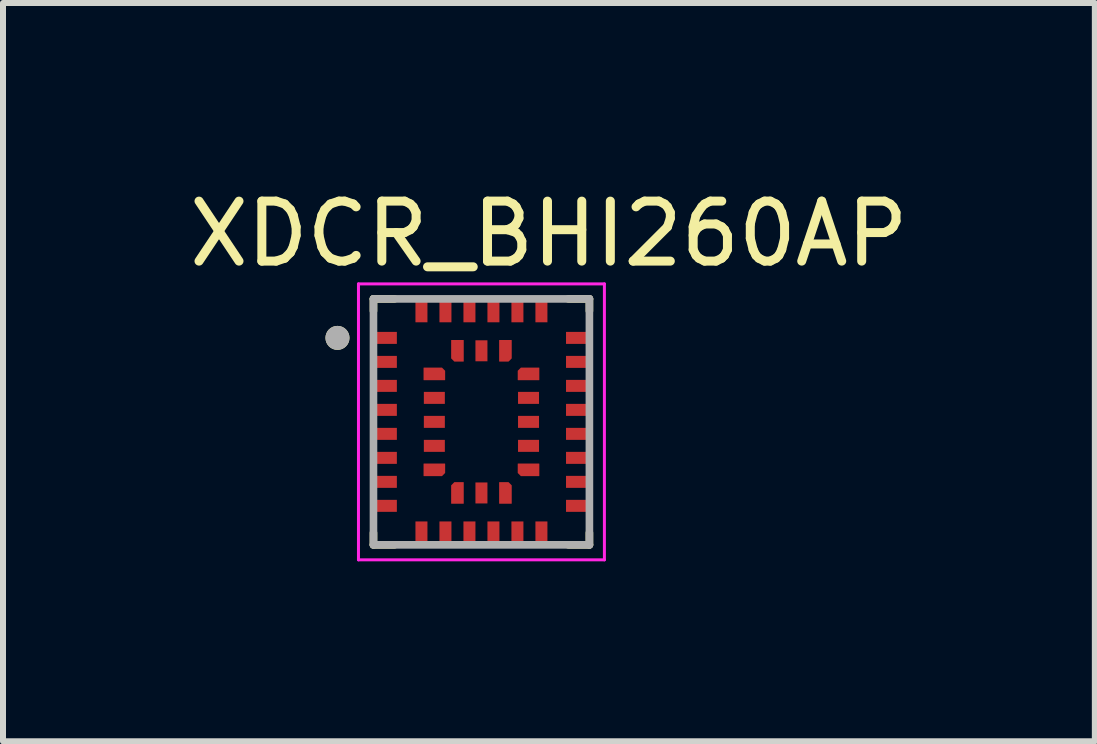
<source format=kicad_pcb>
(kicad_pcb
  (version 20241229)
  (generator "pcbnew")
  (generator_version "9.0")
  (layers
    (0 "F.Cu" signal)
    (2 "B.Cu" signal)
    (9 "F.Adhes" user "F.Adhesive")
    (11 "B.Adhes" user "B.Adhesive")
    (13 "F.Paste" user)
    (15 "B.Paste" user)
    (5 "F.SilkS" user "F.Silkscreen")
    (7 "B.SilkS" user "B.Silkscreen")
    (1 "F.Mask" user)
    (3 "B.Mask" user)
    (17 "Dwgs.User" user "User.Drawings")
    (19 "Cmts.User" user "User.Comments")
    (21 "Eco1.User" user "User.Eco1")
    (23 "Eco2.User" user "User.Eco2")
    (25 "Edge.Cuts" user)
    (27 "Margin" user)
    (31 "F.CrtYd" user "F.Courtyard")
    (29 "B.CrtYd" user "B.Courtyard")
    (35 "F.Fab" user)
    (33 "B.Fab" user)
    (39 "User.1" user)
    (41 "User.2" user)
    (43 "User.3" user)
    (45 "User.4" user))
  (footprint "XDCR_BHI260AP"
    (layer "F.Cu")
    (at 4.976 3.983)
    (property "Reference" "XDCR_BHI260AP" (at 1.125 -3.135 0) (layer "F.SilkS") (effects (font (size 1 1) (thickness 0.15))))
    (attr smd)
    (fp_poly (pts (xy -1.81 -1.55) (xy -1.36 -1.55) (xy -1.36 -1.25) (xy -1.81 -1.25)) (stroke (width 0.01) (type solid)) (fill yes) (layer "F.Mask"))
    (fp_poly (pts (xy -1.81 -1.15) (xy -1.36 -1.15) (xy -1.36 -0.85) (xy -1.81 -0.85)) (stroke (width 0.01) (type solid)) (fill yes) (layer "F.Mask"))
    (fp_poly (pts (xy -1.81 -0.75) (xy -1.36 -0.75) (xy -1.36 -0.45) (xy -1.81 -0.45)) (stroke (width 0.01) (type solid)) (fill yes) (layer "F.Mask"))
    (fp_poly (pts (xy -1.81 -0.35) (xy -1.36 -0.35) (xy -1.36 -0.05) (xy -1.81 -0.05)) (stroke (width 0.01) (type solid)) (fill yes) (layer "F.Mask"))
    (fp_poly (pts (xy -1.81 0.05) (xy -1.36 0.05) (xy -1.36 0.35) (xy -1.81 0.35)) (stroke (width 0.01) (type solid)) (fill yes) (layer "F.Mask"))
    (fp_poly (pts (xy -1.81 0.45) (xy -1.36 0.45) (xy -1.36 0.75) (xy -1.81 0.75)) (stroke (width 0.01) (type solid)) (fill yes) (layer "F.Mask"))
    (fp_poly (pts (xy -1.81 0.85) (xy -1.36 0.85) (xy -1.36 1.15) (xy -1.81 1.15)) (stroke (width 0.01) (type solid)) (fill yes) (layer "F.Mask"))
    (fp_poly (pts (xy -1.81 1.25) (xy -1.36 1.25) (xy -1.36 1.55) (xy -1.81 1.55)) (stroke (width 0.01) (type solid)) (fill yes) (layer "F.Mask"))
    (fp_poly (pts (xy -1.15 -2.06) (xy -0.85 -2.06) (xy -0.85 -1.61) (xy -1.15 -1.61)) (stroke (width 0.01) (type solid)) (fill yes) (layer "F.Mask"))
    (fp_poly (pts (xy -1.15 1.61) (xy -0.85 1.61) (xy -0.85 2.06) (xy -1.15 2.06)) (stroke (width 0.01) (type solid)) (fill yes) (layer "F.Mask"))
    (fp_poly (pts (xy -1.01 -0.55) (xy -0.56 -0.55) (xy -0.56 -0.25) (xy -1.01 -0.25)) (stroke (width 0.01) (type solid)) (fill yes) (layer "F.Mask"))
    (fp_poly (pts (xy -1.01 -0.15) (xy -0.56 -0.15) (xy -0.56 0.15) (xy -1.01 0.15)) (stroke (width 0.01) (type solid)) (fill yes) (layer "F.Mask"))
    (fp_poly (pts (xy -1.01 0.25) (xy -0.56 0.25) (xy -0.56 0.55) (xy -1.01 0.55)) (stroke (width 0.01) (type solid)) (fill yes) (layer "F.Mask"))
    (fp_poly (pts (xy -0.75 -2.06) (xy -0.45 -2.06) (xy -0.45 -1.61) (xy -0.75 -1.61)) (stroke (width 0.01) (type solid)) (fill yes) (layer "F.Mask"))
    (fp_poly (pts (xy -0.75 1.61) (xy -0.45 1.61) (xy -0.45 2.06) (xy -0.75 2.06)) (stroke (width 0.01) (type solid)) (fill yes) (layer "F.Mask"))
    (fp_poly (pts (xy -0.35 -2.06) (xy -0.05 -2.06) (xy -0.05 -1.61) (xy -0.35 -1.61)) (stroke (width 0.01) (type solid)) (fill yes) (layer "F.Mask"))
    (fp_poly (pts (xy -0.35 1.61) (xy -0.05 1.61) (xy -0.05 2.06) (xy -0.35 2.06)) (stroke (width 0.01) (type solid)) (fill yes) (layer "F.Mask"))
    (fp_poly (pts (xy -0.15 -1.41) (xy 0.15 -1.41) (xy 0.15 -0.96) (xy -0.15 -0.96)) (stroke (width 0.01) (type solid)) (fill yes) (layer "F.Mask"))
    (fp_poly (pts (xy -0.15 0.96) (xy 0.15 0.96) (xy 0.15 1.41) (xy -0.15 1.41)) (stroke (width 0.01) (type solid)) (fill yes) (layer "F.Mask"))
    (fp_poly (pts (xy 0.05 -2.06) (xy 0.35 -2.06) (xy 0.35 -1.61) (xy 0.05 -1.61)) (stroke (width 0.01) (type solid)) (fill yes) (layer "F.Mask"))
    (fp_poly (pts (xy 0.05 1.61) (xy 0.35 1.61) (xy 0.35 2.06) (xy 0.05 2.06)) (stroke (width 0.01) (type solid)) (fill yes) (layer "F.Mask"))
    (fp_poly (pts (xy 0.45 -2.06) (xy 0.75 -2.06) (xy 0.75 -1.61) (xy 0.45 -1.61)) (stroke (width 0.01) (type solid)) (fill yes) (layer "F.Mask"))
    (fp_poly (pts (xy 0.45 1.61) (xy 0.75 1.61) (xy 0.75 2.06) (xy 0.45 2.06)) (stroke (width 0.01) (type solid)) (fill yes) (layer "F.Mask"))
    (fp_poly (pts (xy 0.56 -0.55) (xy 1.01 -0.55) (xy 1.01 -0.25) (xy 0.56 -0.25)) (stroke (width 0.01) (type solid)) (fill yes) (layer "F.Mask"))
    (fp_poly (pts (xy 0.56 -0.15) (xy 1.01 -0.15) (xy 1.01 0.15) (xy 0.56 0.15)) (stroke (width 0.01) (type solid)) (fill yes) (layer "F.Mask"))
    (fp_poly (pts (xy 0.56 0.25) (xy 1.01 0.25) (xy 1.01 0.55) (xy 0.56 0.55)) (stroke (width 0.01) (type solid)) (fill yes) (layer "F.Mask"))
    (fp_poly (pts (xy 0.85 -2.06) (xy 1.15 -2.06) (xy 1.15 -1.61) (xy 0.85 -1.61)) (stroke (width 0.01) (type solid)) (fill yes) (layer "F.Mask"))
    (fp_poly (pts (xy 0.85 1.61) (xy 1.15 1.61) (xy 1.15 2.06) (xy 0.85 2.06)) (stroke (width 0.01) (type solid)) (fill yes) (layer "F.Mask"))
    (fp_poly (pts (xy 1.36 -1.55) (xy 1.81 -1.55) (xy 1.81 -1.25) (xy 1.36 -1.25)) (stroke (width 0.01) (type solid)) (fill yes) (layer "F.Mask"))
    (fp_poly (pts (xy 1.36 -1.15) (xy 1.81 -1.15) (xy 1.81 -0.85) (xy 1.36 -0.85)) (stroke (width 0.01) (type solid)) (fill yes) (layer "F.Mask"))
    (fp_poly (pts (xy 1.36 -0.75) (xy 1.81 -0.75) (xy 1.81 -0.45) (xy 1.36 -0.45)) (stroke (width 0.01) (type solid)) (fill yes) (layer "F.Mask"))
    (fp_poly (pts (xy 1.36 -0.35) (xy 1.81 -0.35) (xy 1.81 -0.05) (xy 1.36 -0.05)) (stroke (width 0.01) (type solid)) (fill yes) (layer "F.Mask"))
    (fp_poly (pts (xy 1.36 0.05) (xy 1.81 0.05) (xy 1.81 0.35) (xy 1.36 0.35)) (stroke (width 0.01) (type solid)) (fill yes) (layer "F.Mask"))
    (fp_poly (pts (xy 1.36 0.45) (xy 1.81 0.45) (xy 1.81 0.75) (xy 1.36 0.75)) (stroke (width 0.01) (type solid)) (fill yes) (layer "F.Mask"))
    (fp_poly (pts (xy 1.36 0.85) (xy 1.81 0.85) (xy 1.81 1.15) (xy 1.36 1.15)) (stroke (width 0.01) (type solid)) (fill yes) (layer "F.Mask"))
    (fp_poly (pts (xy 1.36 1.25) (xy 1.81 1.25) (xy 1.81 1.55) (xy 1.36 1.55)) (stroke (width 0.01) (type solid)) (fill yes) (layer "F.Mask"))
    (fp_poly (pts (xy -1.01 -0.95) (xy -1.01 -0.65) (xy -0.56 -0.65) (xy -0.56 -0.875) (xy -0.635 -0.95)) (stroke (width 0.01) (type solid)) (fill yes) (layer "F.Mask"))
    (fp_poly (pts (xy -1.01 0.95) (xy -1.01 0.65) (xy -0.56 0.65) (xy -0.56 0.875) (xy -0.635 0.95)) (stroke (width 0.01) (type solid)) (fill yes) (layer "F.Mask"))
    (fp_poly (pts (xy -0.55 -1.41) (xy -0.25 -1.41) (xy -0.25 -0.96) (xy -0.475 -0.96) (xy -0.55 -1.035)) (stroke (width 0.01) (type solid)) (fill yes) (layer "F.Mask"))
    (fp_poly (pts (xy -0.55 1.41) (xy -0.25 1.41) (xy -0.25 0.96) (xy -0.475 0.96) (xy -0.55 1.035)) (stroke (width 0.01) (type solid)) (fill yes) (layer "F.Mask"))
    (fp_poly (pts (xy 0.55 -1.41) (xy 0.25 -1.41) (xy 0.25 -0.96) (xy 0.475 -0.96) (xy 0.55 -1.035)) (stroke (width 0.01) (type solid)) (fill yes) (layer "F.Mask"))
    (fp_poly (pts (xy 0.55 1.41) (xy 0.25 1.41) (xy 0.25 0.96) (xy 0.475 0.96) (xy 0.55 1.035)) (stroke (width 0.01) (type solid)) (fill yes) (layer "F.Mask"))
    (fp_poly (pts (xy 1.01 -0.95) (xy 1.01 -0.65) (xy 0.56 -0.65) (xy 0.56 -0.875) (xy 0.635 -0.95)) (stroke (width 0.01) (type solid)) (fill yes) (layer "F.Mask"))
    (fp_poly (pts (xy 1.01 0.95) (xy 1.01 0.65) (xy 0.56 0.65) (xy 0.56 0.875) (xy 0.635 0.95)) (stroke (width 0.01) (type solid)) (fill yes) (layer "F.Mask"))
    (fp_line (start -1.8 -2.05) (end -1.8 -1.85) (stroke (width 0.127) (type solid)) (layer "F.SilkS"))
    (fp_line (start -1.8 1.85) (end -1.8 2.05) (stroke (width 0.127) (type solid)) (layer "F.SilkS"))
    (fp_line (start -1.8 2.05) (end -1.45 2.05) (stroke (width 0.127) (type solid)) (layer "F.SilkS"))
    (fp_line (start -1.45 -2.05) (end -1.8 -2.05) (stroke (width 0.127) (type solid)) (layer "F.SilkS"))
    (fp_line (start 1.45 2.05) (end 1.8 2.05) (stroke (width 0.127) (type solid)) (layer "F.SilkS"))
    (fp_line (start 1.8 -2.05) (end 1.45 -2.05) (stroke (width 0.127) (type solid)) (layer "F.SilkS"))
    (fp_line (start 1.8 -1.85) (end 1.8 -2.05) (stroke (width 0.127) (type solid)) (layer "F.SilkS"))
    (fp_line (start 1.8 2.05) (end 1.8 1.85) (stroke (width 0.127) (type solid)) (layer "F.SilkS"))
    (fp_circle (center -2.4 -1.4) (end -2.3 -1.4) (stroke (width 0.2) (type solid)) (fill no) (layer "F.SilkS"))
    (fp_poly (pts (xy -0.96 -0.9) (xy -0.66 -0.9) (xy -0.61 -0.85) (xy -0.61 -0.7) (xy -0.96 -0.7)) (stroke (width 0.01) (type solid)) (fill yes) (layer "F.Paste"))
    (fp_poly (pts (xy -0.96 0.9) (xy -0.66 0.9) (xy -0.61 0.85) (xy -0.61 0.7) (xy -0.96 0.7)) (stroke (width 0.01) (type solid)) (fill yes) (layer "F.Paste"))
    (fp_poly (pts (xy -0.5 -1.36) (xy -0.5 -1.06) (xy -0.45 -1.01) (xy -0.3 -1.01) (xy -0.3 -1.36)) (stroke (width 0.01) (type solid)) (fill yes) (layer "F.Paste"))
    (fp_poly (pts (xy -0.5 1.36) (xy -0.5 1.06) (xy -0.45 1.01) (xy -0.3 1.01) (xy -0.3 1.36)) (stroke (width 0.01) (type solid)) (fill yes) (layer "F.Paste"))
    (fp_poly (pts (xy 0.5 -1.36) (xy 0.5 -1.06) (xy 0.45 -1.01) (xy 0.3 -1.01) (xy 0.3 -1.36)) (stroke (width 0.01) (type solid)) (fill yes) (layer "F.Paste"))
    (fp_poly (pts (xy 0.5 1.36) (xy 0.5 1.06) (xy 0.45 1.01) (xy 0.3 1.01) (xy 0.3 1.36)) (stroke (width 0.01) (type solid)) (fill yes) (layer "F.Paste"))
    (fp_poly (pts (xy 0.96 -0.9) (xy 0.66 -0.9) (xy 0.61 -0.85) (xy 0.61 -0.7) (xy 0.96 -0.7)) (stroke (width 0.01) (type solid)) (fill yes) (layer "F.Paste"))
    (fp_poly (pts (xy 0.96 0.9) (xy 0.66 0.9) (xy 0.61 0.85) (xy 0.61 0.7) (xy 0.96 0.7)) (stroke (width 0.01) (type solid)) (fill yes) (layer "F.Paste"))
    (fp_line (start -2.05 -2.3) (end 2.05 -2.3) (stroke (width 0.05) (type solid)) (layer "F.CrtYd"))
    (fp_line (start -2.05 2.3) (end -2.05 -2.3) (stroke (width 0.05) (type solid)) (layer "F.CrtYd"))
    (fp_line (start 2.05 -2.3) (end 2.05 2.3) (stroke (width 0.05) (type solid)) (layer "F.CrtYd"))
    (fp_line (start 2.05 2.3) (end -2.05 2.3) (stroke (width 0.05) (type solid)) (layer "F.CrtYd"))
    (fp_line (start -1.8 -2.05) (end 1.8 -2.05) (stroke (width 0.127) (type solid)) (layer "F.Fab"))
    (fp_line (start -1.8 2.05) (end -1.8 -2.05) (stroke (width 0.127) (type solid)) (layer "F.Fab"))
    (fp_line (start 1.8 -2.05) (end 1.8 2.05) (stroke (width 0.127) (type solid)) (layer "F.Fab"))
    (fp_line (start 1.8 2.05) (end -1.8 2.05) (stroke (width 0.127) (type solid)) (layer "F.Fab"))
    (fp_circle (center -2.4 -1.4) (end -2.3 -1.4) (stroke (width 0.2) (type solid)) (fill no) (layer "F.Fab"))
    (pad "1" smd rect (at -1.585 -1.4) (size 0.35 0.2) (layers "F.Cu" "F.Paste"))
    (pad "2" smd rect (at -1.585 -1) (size 0.35 0.2) (layers "F.Cu" "F.Paste"))
    (pad "3" smd rect (at -1.585 -0.6) (size 0.35 0.2) (layers "F.Cu" "F.Paste"))
    (pad "4" smd rect (at -1.585 -0.2) (size 0.35 0.2) (layers "F.Cu" "F.Paste"))
    (pad "5" smd rect (at -1.585 0.2) (size 0.35 0.2) (layers "F.Cu" "F.Paste"))
    (pad "6" smd rect (at -1.585 0.6) (size 0.35 0.2) (layers "F.Cu" "F.Paste"))
    (pad "7" smd rect (at -1.585 1) (size 0.35 0.2) (layers "F.Cu" "F.Paste"))
    (pad "8" smd rect (at -1.585 1.4) (size 0.35 0.2) (layers "F.Cu" "F.Paste"))
    (pad "9" smd rect (at -1 1.835) (size 0.2 0.35) (layers "F.Cu" "F.Paste"))
    (pad "10" smd rect (at -0.6 1.835) (size 0.2 0.35) (layers "F.Cu" "F.Paste"))
    (pad "11" smd rect (at -0.2 1.835) (size 0.2 0.35) (layers "F.Cu" "F.Paste"))
    (pad "12" smd rect (at 0.2 1.835) (size 0.2 0.35) (layers "F.Cu" "F.Paste"))
    (pad "13" smd rect (at 0.6 1.835) (size 0.2 0.35) (layers "F.Cu" "F.Paste"))
    (pad "14" smd rect (at 1 1.835) (size 0.2 0.35) (layers "F.Cu" "F.Paste"))
    (pad "15" smd rect (at 1.585 1.4) (size 0.35 0.2) (layers "F.Cu" "F.Paste"))
    (pad "16" smd rect (at 1.585 1) (size 0.35 0.2) (layers "F.Cu" "F.Paste"))
    (pad "17" smd rect (at 1.585 0.6) (size 0.35 0.2) (layers "F.Cu" "F.Paste"))
    (pad "18" smd rect (at 1.585 0.2) (size 0.35 0.2) (layers "F.Cu" "F.Paste"))
    (pad "19" smd rect (at 1.585 -0.2) (size 0.35 0.2) (layers "F.Cu" "F.Paste"))
    (pad "20" smd rect (at 1.585 -0.6) (size 0.35 0.2) (layers "F.Cu" "F.Paste"))
    (pad "21" smd rect (at 1.585 -1) (size 0.35 0.2) (layers "F.Cu" "F.Paste"))
    (pad "22" smd rect (at 1.585 -1.4) (size 0.35 0.2) (layers "F.Cu" "F.Paste"))
    (pad "23" smd rect (at 1 -1.835) (size 0.2 0.35) (layers "F.Cu" "F.Paste"))
    (pad "24" smd rect (at 0.6 -1.835) (size 0.2 0.35) (layers "F.Cu" "F.Paste"))
    (pad "25" smd rect (at 0.2 -1.835) (size 0.2 0.35) (layers "F.Cu" "F.Paste"))
    (pad "26" smd rect (at -0.2 -1.835) (size 0.2 0.35) (layers "F.Cu" "F.Paste"))
    (pad "27" smd rect (at -0.6 -1.835) (size 0.2 0.35) (layers "F.Cu" "F.Paste"))
    (pad "28" smd rect (at -1 -1.835) (size 0.2 0.35) (layers "F.Cu" "F.Paste"))
    (pad "29" smd custom (at -0.785 -0.8) (size 0.1 0.1) (layers "F.Cu") (options (anchor rect)) (primitives (gr_poly (pts (xy -0.175 -0.1) (xy 0.125 -0.1) (xy 0.175 -0.05) (xy 0.175 0.1) (xy -0.175 0.1)) (width 0.01) (fill yes))))
    (pad "30" smd rect (at -0.785 -0.4) (size 0.35 0.2) (layers "F.Cu" "F.Paste"))
    (pad "31" smd rect (at -0.785 0) (size 0.35 0.2) (layers "F.Cu" "F.Paste"))
    (pad "32" smd rect (at -0.785 0.4) (size 0.35 0.2) (layers "F.Cu" "F.Paste"))
    (pad "33" smd custom (at -0.785 0.8) (size 0.1 0.1) (layers "F.Cu") (options (anchor rect)) (primitives (gr_poly (pts (xy -0.175 0.1) (xy 0.125 0.1) (xy 0.175 0.05) (xy 0.175 -0.1) (xy -0.175 -0.1)) (width 0.01) (fill yes))))
    (pad "34" smd custom (at -0.4 1.185) (size 0.1 0.1) (layers "F.Cu") (options (anchor rect)) (primitives (gr_poly (pts (xy -0.1 0.175) (xy -0.1 -0.125) (xy -0.05 -0.175) (xy 0.1 -0.175) (xy 0.1 0.175)) (width 0.01) (fill yes))))
    (pad "35" smd rect (at 0 1.185) (size 0.2 0.35) (layers "F.Cu" "F.Paste"))
    (pad "36" smd custom (at 0.4 1.185) (size 0.1 0.1) (layers "F.Cu") (options (anchor rect)) (primitives (gr_poly (pts (xy 0.1 0.175) (xy 0.1 -0.125) (xy 0.05 -0.175) (xy -0.1 -0.175) (xy -0.1 0.175)) (width 0.01) (fill yes))))
    (pad "37" smd custom (at 0.785 0.8) (size 0.1 0.1) (layers "F.Cu") (options (anchor rect)) (primitives (gr_poly (pts (xy 0.175 0.1) (xy -0.125 0.1) (xy -0.175 0.05) (xy -0.175 -0.1) (xy 0.175 -0.1)) (width 0.01) (fill yes))))
    (pad "38" smd rect (at 0.785 0.4) (size 0.35 0.2) (layers "F.Cu" "F.Paste"))
    (pad "39" smd rect (at 0.785 0) (size 0.35 0.2) (layers "F.Cu" "F.Paste"))
    (pad "40" smd rect (at 0.785 -0.4) (size 0.35 0.2) (layers "F.Cu" "F.Paste"))
    (pad "41" smd custom (at 0.785 -0.8) (size 0.1 0.1) (layers "F.Cu") (options (anchor rect)) (primitives (gr_poly (pts (xy 0.175 -0.1) (xy -0.125 -0.1) (xy -0.175 -0.05) (xy -0.175 0.1) (xy 0.175 0.1)) (width 0.01) (fill yes))))
    (pad "42" smd custom (at 0.4 -1.185) (size 0.1 0.1) (layers "F.Cu") (options (anchor rect)) (primitives (gr_poly (pts (xy 0.1 -0.175) (xy 0.1 0.125) (xy 0.05 0.175) (xy -0.1 0.175) (xy -0.1 -0.175)) (width 0.01) (fill yes))))
    (pad "43" smd rect (at 0 -1.185) (size 0.2 0.35) (layers "F.Cu" "F.Paste"))
    (pad "44" smd custom (at -0.4 -1.185) (size 0.1 0.1) (layers "F.Cu") (options (anchor rect)) (primitives (gr_poly (pts (xy -0.1 -0.175) (xy -0.1 0.125) (xy -0.05 0.175) (xy 0.1 0.175) (xy 0.1 -0.175)) (width 0.01) (fill yes)))))
  (gr_rect
    (start -3 -3)
    (end 15.202 9.308)
    (stroke (width 0.1) (type default))
    (fill no)
    (layer "Edge.Cuts")))
</source>
